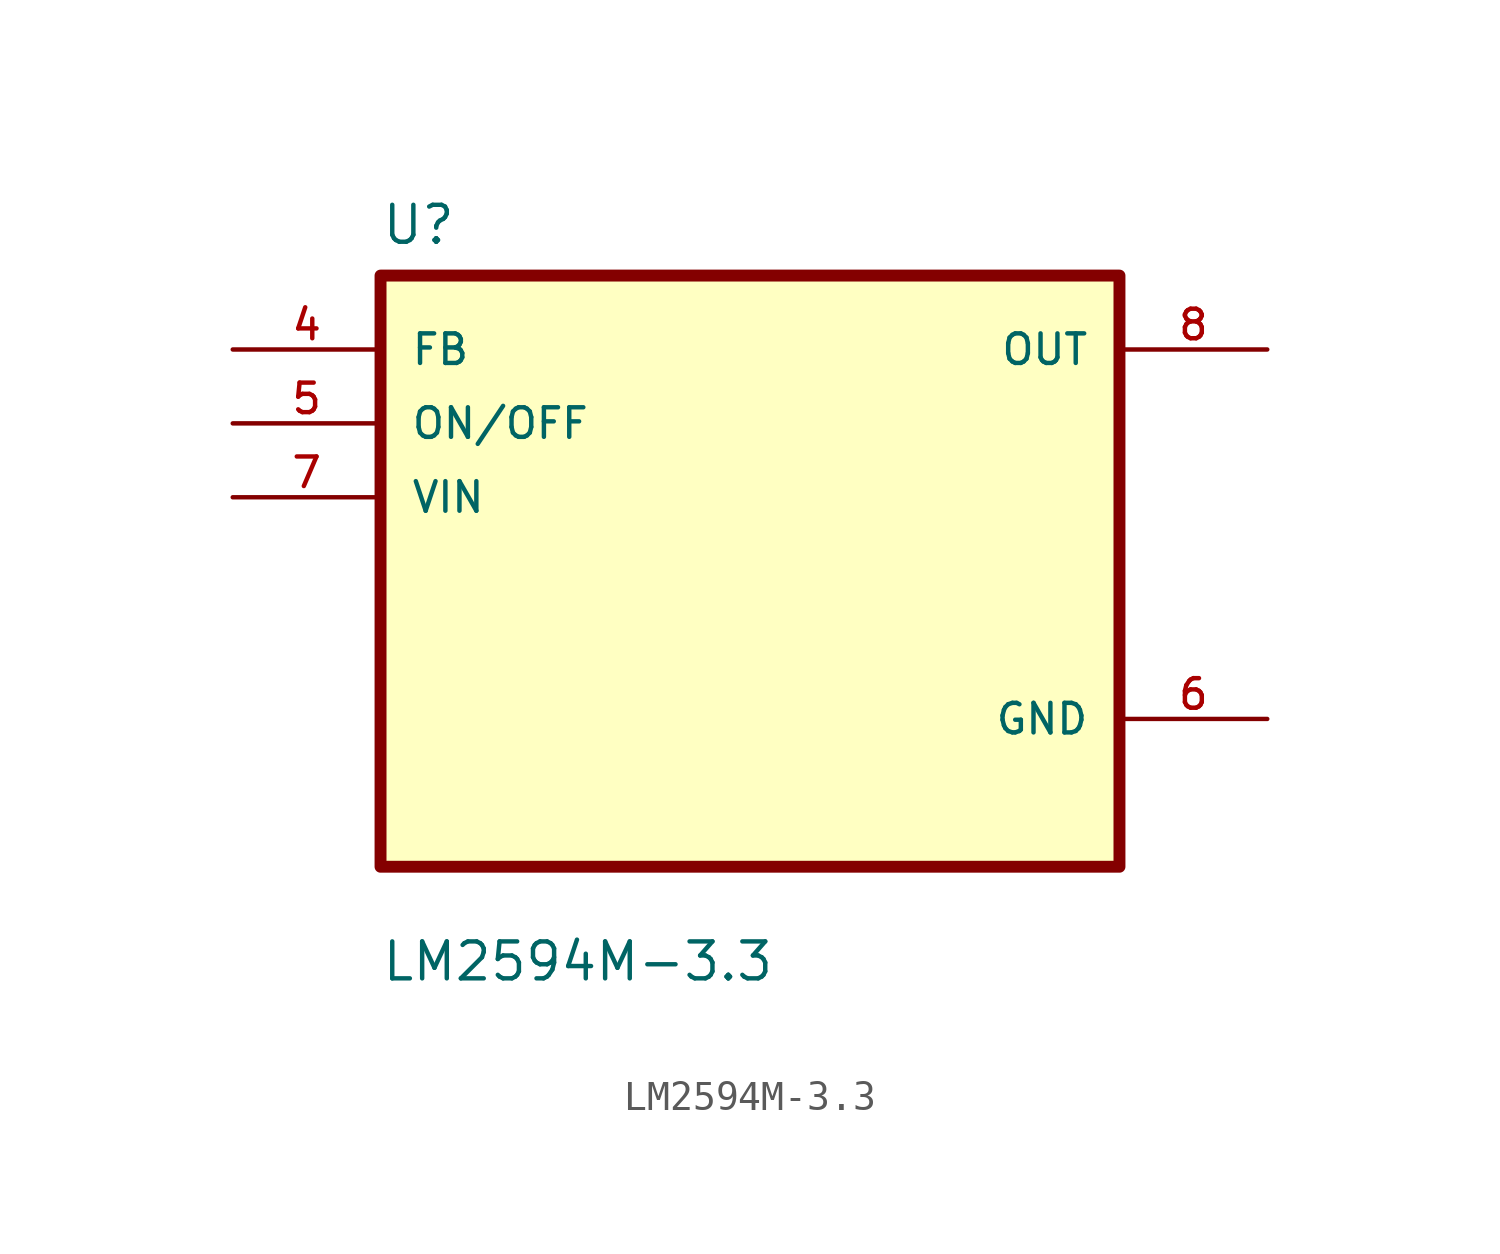
<source format=kicad_sym>
(kicad_symbol_lib
  (version 20211014)
  (generator kicad_symbol_editor)
  (symbol "LM2594M-3.3"
    (pin_names
      (offset 1.016))
    (property "Reference" "U"
      (at -12.7 11.16 0.0)
      (effects (font (size 1.27 1.27)) (justify bottom left)))
    (property "Value" "LM2594M-3.3"
      (at -12.7 -14.16 0.0)
      (effects (font (size 1.27 1.27)) (justify bottom left)))
    (symbol "LM2594M-3.3_0_0"
      (rectangle (start -12.7 -10.16) (end 12.7 10.16) (stroke (width 0.41)) (fill (type background)))
      (pin input line (at -17.78 7.62 0) (length 5.08) (name "FB" (effects (font (size 1.016 1.016)))) (number "4" (effects (font (size 1.016 1.016)))))
      (pin input line (at -17.78 5.08 0) (length 5.08) (name "ON/OFF" (effects (font (size 1.016 1.016)))) (number "5" (effects (font (size 1.016 1.016)))))
      (pin input line (at -17.78 2.54 0) (length 5.08) (name "VIN" (effects (font (size 1.016 1.016)))) (number "7" (effects (font (size 1.016 1.016)))))
      (pin output line (at 17.78 7.62 180.0) (length 5.08) (name "OUT" (effects (font (size 1.016 1.016)))) (number "8" (effects (font (size 1.016 1.016)))))
      (pin power_in line (at 17.78 -5.08 180.0) (length 5.08) (name "GND" (effects (font (size 1.016 1.016)))) (number "6" (effects (font (size 1.016 1.016))))))))
</source>
